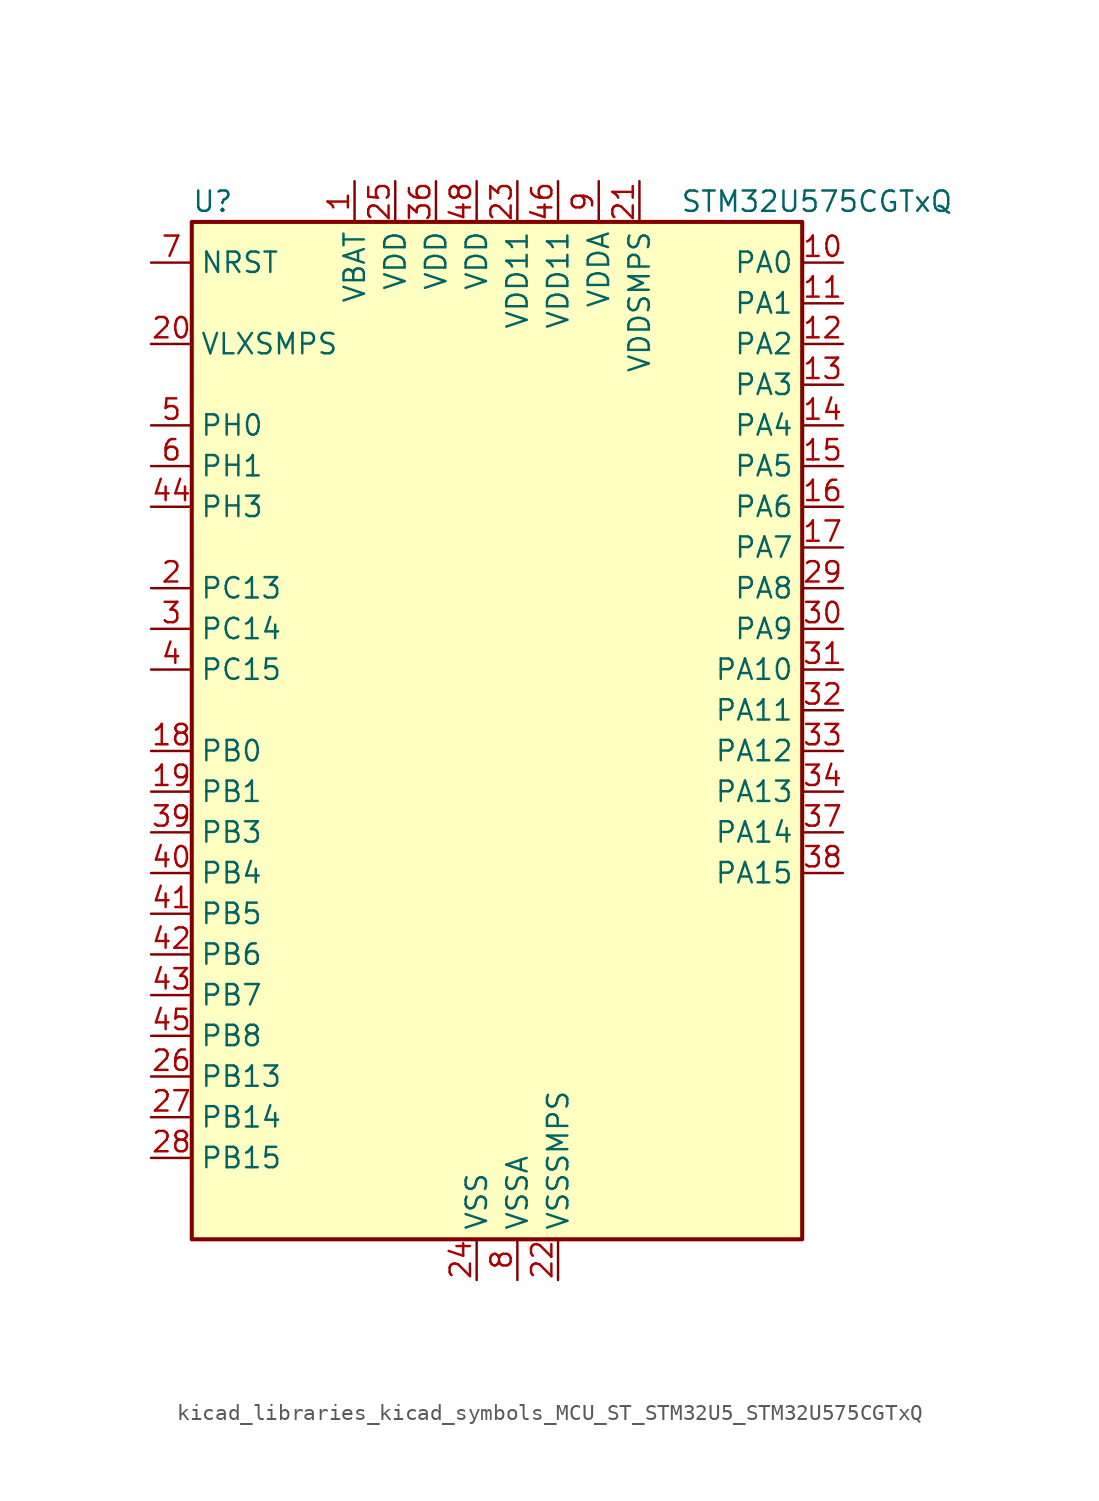
<source format=kicad_sym>
(kicad_symbol_lib
  (version 20220914)
  (generator kicad_symbol_editor)
  (symbol "kicad_libraries_kicad_symbols_MCU_ST_STM32U5_STM32U575CGTxQ"
    (property "Reference" "U"
      (at -17.78 34.29 0)
      (effects (font (size 1.27 1.27)) (justify left)))
    (property "Value" "STM32U575CGTxQ"
      (at 12.7 34.29 0)
      (effects (font (size 1.27 1.27)) (justify left)))
    (property "ki_locked" ""
      (at 0 0 0)
      (effects (font (size 1.27 1.27))))
    (symbol "kicad_libraries_kicad_symbols_MCU_ST_STM32U5_STM32U575CGTxQ_0_1"
      (rectangle (start -17.78 -30.48) (end 20.32 33.02) (stroke (width 0.254) (type default)) (fill (type background))))
    (symbol "kicad_libraries_kicad_symbols_MCU_ST_STM32U5_STM32U575CGTxQ_1_1"
      (pin power_in line (at -7.62 35.56 270) (length 2.54) (name "VBAT" (effects (font (size 1.27 1.27)))) (number "1" (effects (font (size 1.27 1.27)))))
      (pin bidirectional line (at 22.86 30.48 180) (length 2.54) (name "PA0" (effects (font (size 1.27 1.27)))) (number "10" (effects (font (size 1.27 1.27)))) (alternate "ADC1_IN5" bidirectional line) (alternate "AUDIOCLK" bidirectional line) (alternate "OCTOSPIM_P2_NCS" bidirectional line) (alternate "OPAMP1_VINP" bidirectional line) (alternate "PWR_WKUP1" bidirectional line) (alternate "SPI3_RDY" bidirectional line) (alternate "TAMP_IN2" bidirectional line) (alternate "TAMP_OUT1" bidirectional line) (alternate "TIM2_CH1" bidirectional line) (alternate "TIM2_ETR" bidirectional line) (alternate "TIM5_CH1" bidirectional line) (alternate "TIM8_ETR" bidirectional line) (alternate "UART4_TX" bidirectional line) (alternate "USART2_CTS" bidirectional line))
      (pin bidirectional line (at 22.86 27.94 180) (length 2.54) (name "PA1" (effects (font (size 1.27 1.27)))) (number "11" (effects (font (size 1.27 1.27)))) (alternate "ADC1_IN6" bidirectional line) (alternate "I2C1_SMBA" bidirectional line) (alternate "LPTIM1_CH2" bidirectional line) (alternate "OCTOSPIM_P1_DQS" bidirectional line) (alternate "OPAMP1_VINM" bidirectional line) (alternate "PWR_WKUP3" bidirectional line) (alternate "SPI1_SCK" bidirectional line) (alternate "TAMP_IN5" bidirectional line) (alternate "TAMP_OUT4" bidirectional line) (alternate "TIM15_CH1N" bidirectional line) (alternate "TIM2_CH2" bidirectional line) (alternate "TIM5_CH2" bidirectional line) (alternate "UART4_RX" bidirectional line) (alternate "USART2_DE" bidirectional line) (alternate "USART2_RTS" bidirectional line))
      (pin bidirectional line (at 22.86 25.4 180) (length 2.54) (name "PA2" (effects (font (size 1.27 1.27)))) (number "12" (effects (font (size 1.27 1.27)))) (alternate "ADC1_IN7" bidirectional line) (alternate "COMP1_INP" bidirectional line) (alternate "LPUART1_TX" bidirectional line) (alternate "OCTOSPIM_P1_NCS" bidirectional line) (alternate "PWR_WKUP4" bidirectional line) (alternate "RCC_LSCO" bidirectional line) (alternate "SPI1_RDY" bidirectional line) (alternate "TIM15_CH1" bidirectional line) (alternate "TIM2_CH3" bidirectional line) (alternate "TIM5_CH3" bidirectional line) (alternate "UCPD1_FRSTX1" bidirectional line) (alternate "USART2_TX" bidirectional line))
      (pin bidirectional line (at 22.86 22.86 180) (length 2.54) (name "PA3" (effects (font (size 1.27 1.27)))) (number "13" (effects (font (size 1.27 1.27)))) (alternate "ADC1_IN8" bidirectional line) (alternate "LPUART1_RX" bidirectional line) (alternate "OCTOSPIM_P1_CLK" bidirectional line) (alternate "OPAMP1_VOUT" bidirectional line) (alternate "PWR_WKUP5" bidirectional line) (alternate "SAI1_CK1" bidirectional line) (alternate "SAI1_MCLK_A" bidirectional line) (alternate "TIM15_CH2" bidirectional line) (alternate "TIM2_CH4" bidirectional line) (alternate "TIM5_CH4" bidirectional line) (alternate "USART2_RX" bidirectional line))
      (pin bidirectional line (at 22.86 20.32 180) (length 2.54) (name "PA4" (effects (font (size 1.27 1.27)))) (number "14" (effects (font (size 1.27 1.27)))) (alternate "ADC1_IN9" bidirectional line) (alternate "ADC4_IN9" bidirectional line) (alternate "DAC1_OUT1" bidirectional line) (alternate "LPTIM2_CH1" bidirectional line) (alternate "OCTOSPIM_P1_NCS" bidirectional line) (alternate "PWR_WKUP2" bidirectional line) (alternate "SAI1_FS_B" bidirectional line) (alternate "SPI1_NSS" bidirectional line) (alternate "SPI3_NSS" bidirectional line) (alternate "USART2_CK" bidirectional line))
      (pin bidirectional line (at 22.86 17.78 180) (length 2.54) (name "PA5" (effects (font (size 1.27 1.27)))) (number "15" (effects (font (size 1.27 1.27)))) (alternate "ADC1_IN10" bidirectional line) (alternate "ADC4_IN10" bidirectional line) (alternate "DAC1_OUT2" bidirectional line) (alternate "LPTIM2_ETR" bidirectional line) (alternate "PWR_CSLEEP" bidirectional line) (alternate "PWR_WKUP6" bidirectional line) (alternate "SPI1_SCK" bidirectional line) (alternate "TIM2_CH1" bidirectional line) (alternate "TIM2_ETR" bidirectional line) (alternate "TIM8_CH1N" bidirectional line) (alternate "USART3_RX" bidirectional line))
      (pin bidirectional line (at 22.86 15.24 180) (length 2.54) (name "PA6" (effects (font (size 1.27 1.27)))) (number "16" (effects (font (size 1.27 1.27)))) (alternate "ADC1_IN11" bidirectional line) (alternate "ADC4_IN11" bidirectional line) (alternate "LPUART1_CTS" bidirectional line) (alternate "OCTOSPIM_P1_IO3" bidirectional line) (alternate "OPAMP2_VINP" bidirectional line) (alternate "PWR_CDSTOP" bidirectional line) (alternate "PWR_WKUP7" bidirectional line) (alternate "SPI1_MISO" bidirectional line) (alternate "TIM16_CH1" bidirectional line) (alternate "TIM1_BKIN" bidirectional line) (alternate "TIM3_CH1" bidirectional line) (alternate "TIM8_BKIN" bidirectional line) (alternate "USART3_CTS" bidirectional line))
      (pin bidirectional line (at 22.86 12.7 180) (length 2.54) (name "PA7" (effects (font (size 1.27 1.27)))) (number "17" (effects (font (size 1.27 1.27)))) (alternate "ADC1_IN12" bidirectional line) (alternate "ADC4_IN20" bidirectional line) (alternate "I2C3_SCL" bidirectional line) (alternate "LPTIM2_CH2" bidirectional line) (alternate "OCTOSPIM_P1_IO2" bidirectional line) (alternate "OPAMP2_VINM" bidirectional line) (alternate "PWR_SRDSTOP" bidirectional line) (alternate "PWR_WKUP8" bidirectional line) (alternate "SPI1_MOSI" bidirectional line) (alternate "TIM17_CH1" bidirectional line) (alternate "TIM1_CH1N" bidirectional line) (alternate "TIM3_CH2" bidirectional line) (alternate "TIM8_CH1N" bidirectional line) (alternate "USART3_TX" bidirectional line))
      (pin bidirectional line (at -20.32 0 0) (length 2.54) (name "PB0" (effects (font (size 1.27 1.27)))) (number "18" (effects (font (size 1.27 1.27)))) (alternate "ADC1_IN15" bidirectional line) (alternate "ADC4_IN18" bidirectional line) (alternate "AUDIOCLK" bidirectional line) (alternate "COMP1_OUT" bidirectional line) (alternate "LPTIM3_CH1" bidirectional line) (alternate "OCTOSPIM_P1_IO1" bidirectional line) (alternate "OPAMP2_VOUT" bidirectional line) (alternate "SPI1_NSS" bidirectional line) (alternate "TIM1_CH2N" bidirectional line) (alternate "TIM3_CH3" bidirectional line) (alternate "TIM8_CH2N" bidirectional line) (alternate "USART3_CK" bidirectional line))
      (pin bidirectional line (at -20.32 -2.54 0) (length 2.54) (name "PB1" (effects (font (size 1.27 1.27)))) (number "19" (effects (font (size 1.27 1.27)))) (alternate "ADC1_IN16" bidirectional line) (alternate "ADC4_IN19" bidirectional line) (alternate "COMP1_INM" bidirectional line) (alternate "LPTIM2_IN1" bidirectional line) (alternate "LPTIM3_CH2" bidirectional line) (alternate "LPUART1_DE" bidirectional line) (alternate "LPUART1_RTS" bidirectional line) (alternate "MDF1_SDI0" bidirectional line) (alternate "OCTOSPIM_P1_IO0" bidirectional line) (alternate "PWR_WKUP4" bidirectional line) (alternate "TIM1_CH3N" bidirectional line) (alternate "TIM3_CH4" bidirectional line) (alternate "TIM8_CH3N" bidirectional line) (alternate "USART3_DE" bidirectional line) (alternate "USART3_RTS" bidirectional line))
      (pin bidirectional line (at -20.32 10.16 0) (length 2.54) (name "PC13" (effects (font (size 1.27 1.27)))) (number "2" (effects (font (size 1.27 1.27)))) (alternate "PWR_WKUP2" bidirectional line) (alternate "RTC_OUT1" bidirectional line) (alternate "RTC_TS" bidirectional line) (alternate "TAMP_IN1" bidirectional line) (alternate "TAMP_OUT2" bidirectional line))
      (pin power_in line (at -20.32 25.4 0) (length 2.54) (name "VLXSMPS" (effects (font (size 1.27 1.27)))) (number "20" (effects (font (size 1.27 1.27)))))
      (pin power_in line (at 10.16 35.56 270) (length 2.54) (name "VDDSMPS" (effects (font (size 1.27 1.27)))) (number "21" (effects (font (size 1.27 1.27)))))
      (pin power_in line (at 5.08 -33.02 90) (length 2.54) (name "VSSSMPS" (effects (font (size 1.27 1.27)))) (number "22" (effects (font (size 1.27 1.27)))))
      (pin power_in line (at 2.54 35.56 270) (length 2.54) (name "VDD11" (effects (font (size 1.27 1.27)))) (number "23" (effects (font (size 1.27 1.27)))))
      (pin power_in line (at 0 -33.02 90) (length 2.54) (name "VSS" (effects (font (size 1.27 1.27)))) (number "24" (effects (font (size 1.27 1.27)))))
      (pin power_in line (at -5.08 35.56 270) (length 2.54) (name "VDD" (effects (font (size 1.27 1.27)))) (number "25" (effects (font (size 1.27 1.27)))))
      (pin bidirectional line (at -20.32 -20.32 0) (length 2.54) (name "PB13" (effects (font (size 1.27 1.27)))) (number "26" (effects (font (size 1.27 1.27)))) (alternate "I2C2_SCL" bidirectional line) (alternate "LPTIM3_IN1" bidirectional line) (alternate "LPUART1_CTS" bidirectional line) (alternate "MDF1_CKI1" bidirectional line) (alternate "SPI2_SCK" bidirectional line) (alternate "TIM15_CH1N" bidirectional line) (alternate "TIM1_CH1N" bidirectional line) (alternate "TSC_G1_IO2" bidirectional line) (alternate "USART3_CTS" bidirectional line))
      (pin bidirectional line (at -20.32 -22.86 0) (length 2.54) (name "PB14" (effects (font (size 1.27 1.27)))) (number "27" (effects (font (size 1.27 1.27)))) (alternate "I2C2_SDA" bidirectional line) (alternate "LPTIM3_ETR" bidirectional line) (alternate "MDF1_SDI2" bidirectional line) (alternate "SPI2_MISO" bidirectional line) (alternate "TIM15_CH1" bidirectional line) (alternate "TIM1_CH2N" bidirectional line) (alternate "TIM8_CH2N" bidirectional line) (alternate "TSC_G1_IO3" bidirectional line) (alternate "UCPD1_DBCC2" bidirectional line) (alternate "USART3_DE" bidirectional line) (alternate "USART3_RTS" bidirectional line))
      (pin bidirectional line (at -20.32 -25.4 0) (length 2.54) (name "PB15" (effects (font (size 1.27 1.27)))) (number "28" (effects (font (size 1.27 1.27)))) (alternate "ADC1_EXTI15" bidirectional line) (alternate "ADC4_EXTI15" bidirectional line) (alternate "LPTIM2_IN2" bidirectional line) (alternate "MDF1_CKI2" bidirectional line) (alternate "PWR_WKUP7" bidirectional line) (alternate "RTC_REFIN" bidirectional line) (alternate "SPI2_MOSI" bidirectional line) (alternate "TIM15_CH2" bidirectional line) (alternate "TIM1_CH3N" bidirectional line) (alternate "TIM8_CH3N" bidirectional line) (alternate "UCPD1_CC2" bidirectional line))
      (pin bidirectional line (at 22.86 10.16 180) (length 2.54) (name "PA8" (effects (font (size 1.27 1.27)))) (number "29" (effects (font (size 1.27 1.27)))) (alternate "DEBUG_TRACECLK" bidirectional line) (alternate "LPTIM2_CH1" bidirectional line) (alternate "RCC_MCO" bidirectional line) (alternate "SAI1_CK2" bidirectional line) (alternate "SAI1_SCK_A" bidirectional line) (alternate "SPI1_RDY" bidirectional line) (alternate "TIM1_CH1" bidirectional line) (alternate "USART1_CK" bidirectional line) (alternate "USB_OTG_FS_SOF" bidirectional line))
      (pin bidirectional line (at -20.32 7.62 0) (length 2.54) (name "PC14" (effects (font (size 1.27 1.27)))) (number "3" (effects (font (size 1.27 1.27)))) (alternate "RCC_OSC32_IN" bidirectional line))
      (pin bidirectional line (at 22.86 7.62 180) (length 2.54) (name "PA9" (effects (font (size 1.27 1.27)))) (number "30" (effects (font (size 1.27 1.27)))) (alternate "DAC1_EXTI9" bidirectional line) (alternate "SAI1_FS_A" bidirectional line) (alternate "SPI2_SCK" bidirectional line) (alternate "TIM15_BKIN" bidirectional line) (alternate "TIM1_CH2" bidirectional line) (alternate "USART1_TX" bidirectional line) (alternate "USB_OTG_FS_VBUS" bidirectional line))
      (pin bidirectional line (at 22.86 5.08 180) (length 2.54) (name "PA10" (effects (font (size 1.27 1.27)))) (number "31" (effects (font (size 1.27 1.27)))) (alternate "CRS_SYNC" bidirectional line) (alternate "LPTIM2_IN2" bidirectional line) (alternate "SAI1_D1" bidirectional line) (alternate "SAI1_SD_A" bidirectional line) (alternate "TIM17_BKIN" bidirectional line) (alternate "TIM1_CH3" bidirectional line) (alternate "USART1_RX" bidirectional line) (alternate "USB_OTG_FS_ID" bidirectional line))
      (pin bidirectional line (at 22.86 2.54 180) (length 2.54) (name "PA11" (effects (font (size 1.27 1.27)))) (number "32" (effects (font (size 1.27 1.27)))) (alternate "ADC1_EXTI11" bidirectional line) (alternate "FDCAN1_RX" bidirectional line) (alternate "SPI1_MISO" bidirectional line) (alternate "TIM1_BKIN2" bidirectional line) (alternate "TIM1_CH4" bidirectional line) (alternate "USART1_CTS" bidirectional line) (alternate "USB_OTG_FS_DM" bidirectional line))
      (pin bidirectional line (at 22.86 0 180) (length 2.54) (name "PA12" (effects (font (size 1.27 1.27)))) (number "33" (effects (font (size 1.27 1.27)))) (alternate "FDCAN1_TX" bidirectional line) (alternate "OCTOSPIM_P2_NCS" bidirectional line) (alternate "SPI1_MOSI" bidirectional line) (alternate "TIM1_ETR" bidirectional line) (alternate "USART1_DE" bidirectional line) (alternate "USART1_RTS" bidirectional line) (alternate "USB_OTG_FS_DP" bidirectional line))
      (pin bidirectional line (at 22.86 -2.54 180) (length 2.54) (name "PA13" (effects (font (size 1.27 1.27)))) (number "34" (effects (font (size 1.27 1.27)))) (alternate "DEBUG_JTMS-SWDIO" bidirectional line) (alternate "IR_OUT" bidirectional line) (alternate "SAI1_SD_B" bidirectional line) (alternate "USB_OTG_FS_NOE" bidirectional line))
      (pin passive line (at 0 -33.02 90) (length 2.54) hide (name "VSS" (effects (font (size 1.27 1.27)))) (number "35" (effects (font (size 1.27 1.27)))))
      (pin power_in line (at -2.54 35.56 270) (length 2.54) (name "VDD" (effects (font (size 1.27 1.27)))) (number "36" (effects (font (size 1.27 1.27)))))
      (pin bidirectional line (at 22.86 -5.08 180) (length 2.54) (name "PA14" (effects (font (size 1.27 1.27)))) (number "37" (effects (font (size 1.27 1.27)))) (alternate "DEBUG_JTCK-SWCLK" bidirectional line) (alternate "I2C1_SMBA" bidirectional line) (alternate "I2C4_SMBA" bidirectional line) (alternate "LPTIM1_CH1" bidirectional line) (alternate "SAI1_FS_B" bidirectional line) (alternate "USB_OTG_FS_SOF" bidirectional line))
      (pin bidirectional line (at 22.86 -7.62 180) (length 2.54) (name "PA15" (effects (font (size 1.27 1.27)))) (number "38" (effects (font (size 1.27 1.27)))) (alternate "ADC1_EXTI15" bidirectional line) (alternate "ADC4_EXTI15" bidirectional line) (alternate "DEBUG_JTDI" bidirectional line) (alternate "SPI1_NSS" bidirectional line) (alternate "SPI3_NSS" bidirectional line) (alternate "TIM2_CH1" bidirectional line) (alternate "TIM2_ETR" bidirectional line) (alternate "UART4_DE" bidirectional line) (alternate "UART4_RTS" bidirectional line) (alternate "UCPD1_CC1" bidirectional line) (alternate "USART2_RX" bidirectional line) (alternate "USART3_DE" bidirectional line) (alternate "USART3_RTS" bidirectional line))
      (pin bidirectional line (at -20.32 -5.08 0) (length 2.54) (name "PB3" (effects (font (size 1.27 1.27)))) (number "39" (effects (font (size 1.27 1.27)))) (alternate "ADF1_CCK0" bidirectional line) (alternate "COMP2_INM" bidirectional line) (alternate "CRS_SYNC" bidirectional line) (alternate "DEBUG_JTDO-SWO" bidirectional line) (alternate "I2C1_SDA" bidirectional line) (alternate "LPTIM1_CH1" bidirectional line) (alternate "SAI1_SCK_B" bidirectional line) (alternate "SPI1_SCK" bidirectional line) (alternate "SPI3_SCK" bidirectional line) (alternate "TIM2_CH2" bidirectional line) (alternate "USART1_DE" bidirectional line) (alternate "USART1_RTS" bidirectional line))
      (pin bidirectional line (at -20.32 5.08 0) (length 2.54) (name "PC15" (effects (font (size 1.27 1.27)))) (number "4" (effects (font (size 1.27 1.27)))) (alternate "ADC1_EXTI15" bidirectional line) (alternate "ADC4_EXTI15" bidirectional line) (alternate "RCC_OSC32_OUT" bidirectional line))
      (pin bidirectional line (at -20.32 -7.62 0) (length 2.54) (name "PB4" (effects (font (size 1.27 1.27)))) (number "40" (effects (font (size 1.27 1.27)))) (alternate "ADF1_SDI0" bidirectional line) (alternate "COMP2_INP" bidirectional line) (alternate "DEBUG_JTRST" bidirectional line) (alternate "I2C3_SDA" bidirectional line) (alternate "LPTIM1_CH2" bidirectional line) (alternate "SAI1_MCLK_B" bidirectional line) (alternate "SPI1_MISO" bidirectional line) (alternate "SPI3_MISO" bidirectional line) (alternate "TIM17_BKIN" bidirectional line) (alternate "TIM3_CH1" bidirectional line) (alternate "TSC_G2_IO1" bidirectional line) (alternate "USART1_CTS" bidirectional line))
      (pin bidirectional line (at -20.32 -10.16 0) (length 2.54) (name "PB5" (effects (font (size 1.27 1.27)))) (number "41" (effects (font (size 1.27 1.27)))) (alternate "COMP2_OUT" bidirectional line) (alternate "I2C1_SMBA" bidirectional line) (alternate "LPTIM1_IN1" bidirectional line) (alternate "OCTOSPIM_P1_NCLK" bidirectional line) (alternate "PWR_WKUP6" bidirectional line) (alternate "SAI1_SD_B" bidirectional line) (alternate "SPI1_MOSI" bidirectional line) (alternate "SPI3_MOSI" bidirectional line) (alternate "TIM16_BKIN" bidirectional line) (alternate "TIM3_CH2" bidirectional line) (alternate "TSC_G2_IO2" bidirectional line) (alternate "UCPD1_DBCC1" bidirectional line) (alternate "USART1_CK" bidirectional line))
      (pin bidirectional line (at -20.32 -12.7 0) (length 2.54) (name "PB6" (effects (font (size 1.27 1.27)))) (number "42" (effects (font (size 1.27 1.27)))) (alternate "COMP2_INP" bidirectional line) (alternate "I2C1_SCL" bidirectional line) (alternate "I2C4_SCL" bidirectional line) (alternate "LPTIM1_ETR" bidirectional line) (alternate "MDF1_SDI5" bidirectional line) (alternate "PWR_WKUP3" bidirectional line) (alternate "SAI1_FS_B" bidirectional line) (alternate "TIM16_CH1N" bidirectional line) (alternate "TIM4_CH1" bidirectional line) (alternate "TIM8_BKIN2" bidirectional line) (alternate "TSC_G2_IO3" bidirectional line) (alternate "USART1_TX" bidirectional line))
      (pin bidirectional line (at -20.32 -15.24 0) (length 2.54) (name "PB7" (effects (font (size 1.27 1.27)))) (number "43" (effects (font (size 1.27 1.27)))) (alternate "COMP2_INM" bidirectional line) (alternate "I2C1_SDA" bidirectional line) (alternate "I2C4_SDA" bidirectional line) (alternate "LPTIM1_IN2" bidirectional line) (alternate "MDF1_CKI5" bidirectional line) (alternate "PWR_PVD_IN" bidirectional line) (alternate "PWR_WKUP4" bidirectional line) (alternate "TIM17_CH1N" bidirectional line) (alternate "TIM4_CH2" bidirectional line) (alternate "TIM8_BKIN" bidirectional line) (alternate "TSC_G2_IO4" bidirectional line) (alternate "UART4_CTS" bidirectional line) (alternate "USART1_RX" bidirectional line))
      (pin bidirectional line (at -20.32 15.24 0) (length 2.54) (name "PH3" (effects (font (size 1.27 1.27)))) (number "44" (effects (font (size 1.27 1.27)))))
      (pin bidirectional line (at -20.32 -17.78 0) (length 2.54) (name "PB8" (effects (font (size 1.27 1.27)))) (number "45" (effects (font (size 1.27 1.27)))) (alternate "FDCAN1_RX" bidirectional line) (alternate "I2C1_SCL" bidirectional line) (alternate "MDF1_CCK0" bidirectional line) (alternate "PWR_WKUP5" bidirectional line) (alternate "SAI1_CK1" bidirectional line) (alternate "SAI1_MCLK_A" bidirectional line) (alternate "SPI3_RDY" bidirectional line) (alternate "TIM16_CH1" bidirectional line) (alternate "TIM4_CH3" bidirectional line))
      (pin power_in line (at 5.08 35.56 270) (length 2.54) (name "VDD11" (effects (font (size 1.27 1.27)))) (number "46" (effects (font (size 1.27 1.27)))))
      (pin passive line (at 0 -33.02 90) (length 2.54) hide (name "VSS" (effects (font (size 1.27 1.27)))) (number "47" (effects (font (size 1.27 1.27)))))
      (pin power_in line (at 0 35.56 270) (length 2.54) (name "VDD" (effects (font (size 1.27 1.27)))) (number "48" (effects (font (size 1.27 1.27)))))
      (pin bidirectional line (at -20.32 20.32 0) (length 2.54) (name "PH0" (effects (font (size 1.27 1.27)))) (number "5" (effects (font (size 1.27 1.27)))) (alternate "RCC_OSC_IN" bidirectional line))
      (pin bidirectional line (at -20.32 17.78 0) (length 2.54) (name "PH1" (effects (font (size 1.27 1.27)))) (number "6" (effects (font (size 1.27 1.27)))) (alternate "RCC_OSC_OUT" bidirectional line))
      (pin input line (at -20.32 30.48 0) (length 2.54) (name "NRST" (effects (font (size 1.27 1.27)))) (number "7" (effects (font (size 1.27 1.27)))))
      (pin power_in line (at 2.54 -33.02 90) (length 2.54) (name "VSSA" (effects (font (size 1.27 1.27)))) (number "8" (effects (font (size 1.27 1.27)))))
      (pin power_in line (at 7.62 35.56 270) (length 2.54) (name "VDDA" (effects (font (size 1.27 1.27)))) (number "9" (effects (font (size 1.27 1.27))))))))
</source>
